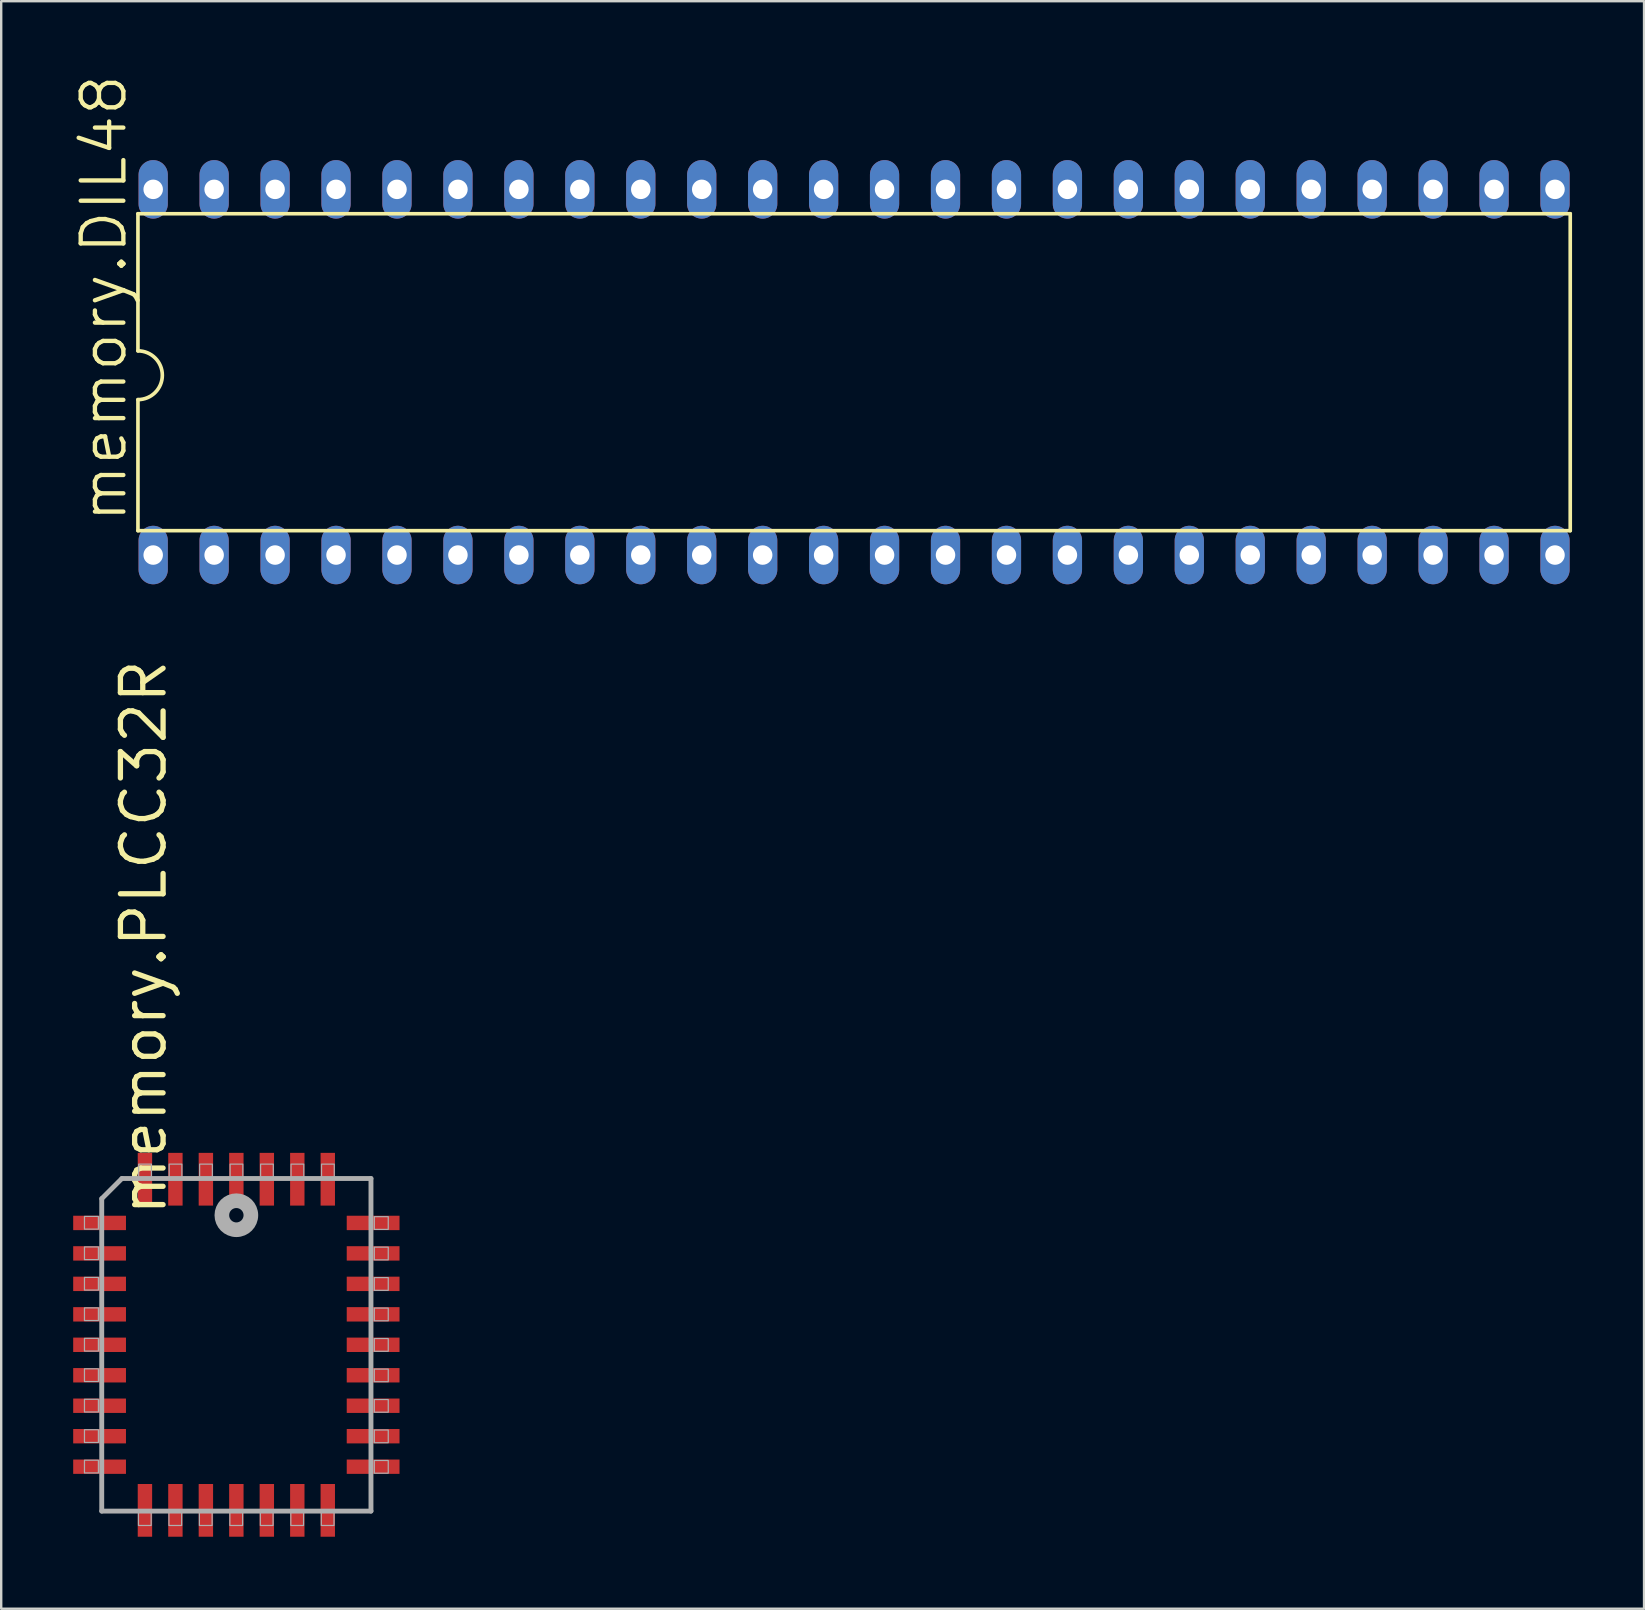
<source format=kicad_pcb>
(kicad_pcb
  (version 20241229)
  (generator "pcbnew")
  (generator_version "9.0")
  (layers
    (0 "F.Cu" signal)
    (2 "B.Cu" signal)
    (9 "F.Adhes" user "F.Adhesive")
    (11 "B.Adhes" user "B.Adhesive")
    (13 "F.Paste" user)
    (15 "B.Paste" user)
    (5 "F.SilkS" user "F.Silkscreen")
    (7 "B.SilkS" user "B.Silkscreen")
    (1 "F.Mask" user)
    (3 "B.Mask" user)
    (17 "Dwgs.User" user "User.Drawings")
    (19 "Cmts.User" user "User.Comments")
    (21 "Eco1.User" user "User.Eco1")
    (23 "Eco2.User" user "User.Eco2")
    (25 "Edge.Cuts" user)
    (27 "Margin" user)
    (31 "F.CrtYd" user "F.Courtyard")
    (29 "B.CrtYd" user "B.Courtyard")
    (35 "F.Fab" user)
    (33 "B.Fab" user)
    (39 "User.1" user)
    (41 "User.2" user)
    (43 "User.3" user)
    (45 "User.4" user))
  (footprint "memory.DIL48"
    (layer "F.Cu")
    (at 32.544 12.461)
    (property "Reference" "memory.DIL48" (at -30.226 6.35 90) (layer "F.SilkS") (effects (font (size 1.778 1.778) (thickness 0.18)) (justify left bottom)))
    (attr through_hole)
    (fp_line (start -29.845 -6.604) (end -29.845 -0.889) (stroke (width 0.152) (type default)) (layer "F.SilkS"))
    (fp_line (start -29.845 6.604) (end -29.845 1.143) (stroke (width 0.152) (type default)) (layer "F.SilkS"))
    (fp_line (start -29.845 6.604) (end 29.845 6.604) (stroke (width 0.152) (type default)) (layer "F.SilkS"))
    (fp_line (start 29.845 -6.604) (end -29.845 -6.604) (stroke (width 0.152) (type default)) (layer "F.SilkS"))
    (fp_line (start 29.845 6.604) (end 29.845 -6.604) (stroke (width 0.152) (type default)) (layer "F.SilkS"))
    (fp_arc (start -29.845 -0.889) (mid -28.829 0.127) (end -29.845 1.143) (stroke (width 0.1524) (type default)) (layer "F.SilkS"))
    (pad "1" thru_hole oval (at -29.21 7.62 90) (size 2.438 1.219) (drill 0.813) (layers "*.Cu" "*.Mask"))
    (pad "2" thru_hole oval (at -26.67 7.62 90) (size 2.438 1.219) (drill 0.813) (layers "*.Cu" "*.Mask"))
    (pad "3" thru_hole oval (at -24.13 7.62 90) (size 2.438 1.219) (drill 0.813) (layers "*.Cu" "*.Mask"))
    (pad "4" thru_hole oval (at -21.59 7.62 90) (size 2.438 1.219) (drill 0.813) (layers "*.Cu" "*.Mask"))
    (pad "5" thru_hole oval (at -19.05 7.62 90) (size 2.438 1.219) (drill 0.813) (layers "*.Cu" "*.Mask"))
    (pad "6" thru_hole oval (at -16.51 7.62 90) (size 2.438 1.219) (drill 0.813) (layers "*.Cu" "*.Mask"))
    (pad "7" thru_hole oval (at -13.97 7.62 90) (size 2.438 1.219) (drill 0.813) (layers "*.Cu" "*.Mask"))
    (pad "8" thru_hole oval (at -11.43 7.62 90) (size 2.438 1.219) (drill 0.813) (layers "*.Cu" "*.Mask"))
    (pad "9" thru_hole oval (at -8.89 7.62 90) (size 2.438 1.219) (drill 0.813) (layers "*.Cu" "*.Mask"))
    (pad "10" thru_hole oval (at -6.35 7.62 90) (size 2.438 1.219) (drill 0.813) (layers "*.Cu" "*.Mask"))
    (pad "11" thru_hole oval (at -3.81 7.62 90) (size 2.438 1.219) (drill 0.813) (layers "*.Cu" "*.Mask"))
    (pad "12" thru_hole oval (at -1.27 7.62 90) (size 2.438 1.219) (drill 0.813) (layers "*.Cu" "*.Mask"))
    (pad "13" thru_hole oval (at 1.27 7.62 90) (size 2.438 1.219) (drill 0.813) (layers "*.Cu" "*.Mask"))
    (pad "14" thru_hole oval (at 3.81 7.62 90) (size 2.438 1.219) (drill 0.813) (layers "*.Cu" "*.Mask"))
    (pad "15" thru_hole oval (at 6.35 7.62 90) (size 2.438 1.219) (drill 0.813) (layers "*.Cu" "*.Mask"))
    (pad "16" thru_hole oval (at 8.89 7.62 90) (size 2.438 1.219) (drill 0.813) (layers "*.Cu" "*.Mask"))
    (pad "17" thru_hole oval (at 11.43 7.62 90) (size 2.438 1.219) (drill 0.813) (layers "*.Cu" "*.Mask"))
    (pad "18" thru_hole oval (at 13.97 7.62 90) (size 2.438 1.219) (drill 0.813) (layers "*.Cu" "*.Mask"))
    (pad "19" thru_hole oval (at 16.51 7.62 90) (size 2.438 1.219) (drill 0.813) (layers "*.Cu" "*.Mask"))
    (pad "20" thru_hole oval (at 19.05 7.62 90) (size 2.438 1.219) (drill 0.813) (layers "*.Cu" "*.Mask"))
    (pad "21" thru_hole oval (at 21.59 7.62 90) (size 2.438 1.219) (drill 0.813) (layers "*.Cu" "*.Mask"))
    (pad "22" thru_hole oval (at 24.13 7.62 90) (size 2.438 1.219) (drill 0.813) (layers "*.Cu" "*.Mask"))
    (pad "23" thru_hole oval (at 26.67 7.62 90) (size 2.438 1.219) (drill 0.813) (layers "*.Cu" "*.Mask"))
    (pad "24" thru_hole oval (at 29.21 7.62 90) (size 2.438 1.219) (drill 0.813) (layers "*.Cu" "*.Mask"))
    (pad "25" thru_hole oval (at 29.21 -7.62 90) (size 2.438 1.219) (drill 0.813) (layers "*.Cu" "*.Mask"))
    (pad "26" thru_hole oval (at 26.67 -7.62 90) (size 2.438 1.219) (drill 0.813) (layers "*.Cu" "*.Mask"))
    (pad "27" thru_hole oval (at 24.13 -7.62 90) (size 2.438 1.219) (drill 0.813) (layers "*.Cu" "*.Mask"))
    (pad "28" thru_hole oval (at 21.59 -7.62 90) (size 2.438 1.219) (drill 0.813) (layers "*.Cu" "*.Mask"))
    (pad "29" thru_hole oval (at 19.05 -7.62 90) (size 2.438 1.219) (drill 0.813) (layers "*.Cu" "*.Mask"))
    (pad "30" thru_hole oval (at 16.51 -7.62 90) (size 2.438 1.219) (drill 0.813) (layers "*.Cu" "*.Mask"))
    (pad "31" thru_hole oval (at 13.97 -7.62 90) (size 2.438 1.219) (drill 0.813) (layers "*.Cu" "*.Mask"))
    (pad "32" thru_hole oval (at 11.43 -7.62 90) (size 2.438 1.219) (drill 0.813) (layers "*.Cu" "*.Mask"))
    (pad "33" thru_hole oval (at 8.89 -7.62 90) (size 2.438 1.219) (drill 0.813) (layers "*.Cu" "*.Mask"))
    (pad "34" thru_hole oval (at 6.35 -7.62 90) (size 2.438 1.219) (drill 0.813) (layers "*.Cu" "*.Mask"))
    (pad "35" thru_hole oval (at 3.81 -7.62 90) (size 2.438 1.219) (drill 0.813) (layers "*.Cu" "*.Mask"))
    (pad "36" thru_hole oval (at 1.27 -7.62 90) (size 2.438 1.219) (drill 0.813) (layers "*.Cu" "*.Mask"))
    (pad "37" thru_hole oval (at -1.27 -7.62 90) (size 2.438 1.219) (drill 0.813) (layers "*.Cu" "*.Mask"))
    (pad "38" thru_hole oval (at -3.81 -7.62 90) (size 2.438 1.219) (drill 0.813) (layers "*.Cu" "*.Mask"))
    (pad "39" thru_hole oval (at -6.35 -7.62 90) (size 2.438 1.219) (drill 0.813) (layers "*.Cu" "*.Mask"))
    (pad "40" thru_hole oval (at -8.89 -7.62 90) (size 2.438 1.219) (drill 0.813) (layers "*.Cu" "*.Mask"))
    (pad "41" thru_hole oval (at -11.43 -7.62 90) (size 2.438 1.219) (drill 0.813) (layers "*.Cu" "*.Mask"))
    (pad "42" thru_hole oval (at -13.97 -7.62 90) (size 2.438 1.219) (drill 0.813) (layers "*.Cu" "*.Mask"))
    (pad "43" thru_hole oval (at -16.51 -7.62 90) (size 2.438 1.219) (drill 0.813) (layers "*.Cu" "*.Mask"))
    (pad "44" thru_hole oval (at -19.05 -7.62 90) (size 2.438 1.219) (drill 0.813) (layers "*.Cu" "*.Mask"))
    (pad "45" thru_hole oval (at -21.59 -7.62 90) (size 2.438 1.219) (drill 0.813) (layers "*.Cu" "*.Mask"))
    (pad "46" thru_hole oval (at -24.13 -7.62 90) (size 2.438 1.219) (drill 0.813) (layers "*.Cu" "*.Mask"))
    (pad "47" thru_hole oval (at -26.67 -7.62 90) (size 2.438 1.219) (drill 0.813) (layers "*.Cu" "*.Mask"))
    (pad "48" thru_hole oval (at -29.21 -7.62 90) (size 2.438 1.219) (drill 0.813) (layers "*.Cu" "*.Mask")))
  (footprint "memory.PLCC32R"
    (layer "F.Cu")
    (at 6.8 52.994)
    (property "Reference" "memory.PLCC32R" (at -2.825 -5.275 270) (layer "F.SilkS") (effects (font (size 1.778 1.778) (thickness 0.22)) (justify left bottom)))
    (attr smd)
    (fp_line (start -5.61 -6.09) (end -5.61 6.93) (stroke (width 0.203) (type default)) (layer "F.Fab"))
    (fp_line (start -5.61 6.93) (end 5.61 6.93) (stroke (width 0.203) (type default)) (layer "F.Fab"))
    (fp_line (start -4.77 -6.93) (end -5.61 -6.09) (stroke (width 0.203) (type default)) (layer "F.Fab"))
    (fp_line (start 5.61 -6.93) (end -4.77 -6.93) (stroke (width 0.203) (type default)) (layer "F.Fab"))
    (fp_line (start 5.61 6.93) (end 5.61 -6.93) (stroke (width 0.203) (type default)) (layer "F.Fab"))
    (fp_rect (start -6.33 -4.82) (end -5.75 -5.35) (stroke (width 0.05) (type default)) (fill no) (layer "F.Fab"))
    (fp_rect (start -6.33 -3.55) (end -5.75 -4.08) (stroke (width 0.05) (type default)) (fill no) (layer "F.Fab"))
    (fp_rect (start -6.33 -2.28) (end -5.75 -2.81) (stroke (width 0.05) (type default)) (fill no) (layer "F.Fab"))
    (fp_rect (start -6.33 -1.01) (end -5.75 -1.54) (stroke (width 0.05) (type default)) (fill no) (layer "F.Fab"))
    (fp_rect (start -6.33 0.26) (end -5.75 -0.27) (stroke (width 0.05) (type default)) (fill no) (layer "F.Fab"))
    (fp_rect (start -6.33 1.53) (end -5.75 1) (stroke (width 0.05) (type default)) (fill no) (layer "F.Fab"))
    (fp_rect (start -6.33 2.8) (end -5.75 2.27) (stroke (width 0.05) (type default)) (fill no) (layer "F.Fab"))
    (fp_rect (start -6.33 4.07) (end -5.75 3.54) (stroke (width 0.05) (type default)) (fill no) (layer "F.Fab"))
    (fp_rect (start -6.33 5.34) (end -5.75 4.81) (stroke (width 0.05) (type default)) (fill no) (layer "F.Fab"))
    (fp_rect (start -4.08 7.53) (end -3.55 6.95) (stroke (width 0.05) (type default)) (fill no) (layer "F.Fab"))
    (fp_rect (start -4.07 -6.95) (end -3.54 -7.53) (stroke (width 0.05) (type default)) (fill no) (layer "F.Fab"))
    (fp_rect (start -2.81 7.53) (end -2.28 6.95) (stroke (width 0.05) (type default)) (fill no) (layer "F.Fab"))
    (fp_rect (start -2.8 -6.95) (end -2.27 -7.53) (stroke (width 0.05) (type default)) (fill no) (layer "F.Fab"))
    (fp_rect (start -1.54 7.53) (end -1.01 6.95) (stroke (width 0.05) (type default)) (fill no) (layer "F.Fab"))
    (fp_rect (start -1.53 -6.95) (end -1 -7.53) (stroke (width 0.05) (type default)) (fill no) (layer "F.Fab"))
    (fp_rect (start -0.27 7.53) (end 0.26 6.95) (stroke (width 0.05) (type default)) (fill no) (layer "F.Fab"))
    (fp_rect (start -0.26 -6.95) (end 0.27 -7.53) (stroke (width 0.05) (type default)) (fill no) (layer "F.Fab"))
    (fp_rect (start 1 7.53) (end 1.53 6.95) (stroke (width 0.05) (type default)) (fill no) (layer "F.Fab"))
    (fp_rect (start 1.01 -6.95) (end 1.54 -7.53) (stroke (width 0.05) (type default)) (fill no) (layer "F.Fab"))
    (fp_rect (start 2.27 7.53) (end 2.8 6.95) (stroke (width 0.05) (type default)) (fill no) (layer "F.Fab"))
    (fp_rect (start 2.28 -6.95) (end 2.81 -7.53) (stroke (width 0.05) (type default)) (fill no) (layer "F.Fab"))
    (fp_rect (start 3.54 7.53) (end 4.07 6.95) (stroke (width 0.05) (type default)) (fill no) (layer "F.Fab"))
    (fp_rect (start 3.55 -6.95) (end 4.08 -7.53) (stroke (width 0.05) (type default)) (fill no) (layer "F.Fab"))
    (fp_rect (start 5.75 -4.81) (end 6.33 -5.34) (stroke (width 0.05) (type default)) (fill no) (layer "F.Fab"))
    (fp_rect (start 5.75 -3.54) (end 6.33 -4.07) (stroke (width 0.05) (type default)) (fill no) (layer "F.Fab"))
    (fp_rect (start 5.75 -2.27) (end 6.33 -2.8) (stroke (width 0.05) (type default)) (fill no) (layer "F.Fab"))
    (fp_rect (start 5.75 -1) (end 6.33 -1.53) (stroke (width 0.05) (type default)) (fill no) (layer "F.Fab"))
    (fp_rect (start 5.75 0.27) (end 6.33 -0.26) (stroke (width 0.05) (type default)) (fill no) (layer "F.Fab"))
    (fp_rect (start 5.75 1.54) (end 6.33 1.01) (stroke (width 0.05) (type default)) (fill no) (layer "F.Fab"))
    (fp_rect (start 5.75 2.81) (end 6.33 2.28) (stroke (width 0.05) (type default)) (fill no) (layer "F.Fab"))
    (fp_rect (start 5.75 4.08) (end 6.33 3.55) (stroke (width 0.05) (type default)) (fill no) (layer "F.Fab"))
    (fp_rect (start 5.75 5.35) (end 6.33 4.82) (stroke (width 0.05) (type default)) (fill no) (layer "F.Fab"))
    (fp_circle (center 0 -5.4) (end 0.3 -5.4) (stroke (width 0.61) (type default)) (fill no) (layer "F.Fab"))
    (pad "1" smd roundrect (at 0 -6.9) (size 0.6 2.2) (layers "F.Cu" "F.Mask" "F.Paste") (roundrect_rratio 0.01))
    (pad "2" smd roundrect (at -1.27 -6.9) (size 0.6 2.2) (layers "F.Cu" "F.Mask" "F.Paste") (roundrect_rratio 0.01))
    (pad "3" smd roundrect (at -2.54 -6.9) (size 0.6 2.2) (layers "F.Cu" "F.Mask" "F.Paste") (roundrect_rratio 0.01))
    (pad "4" smd roundrect (at -3.81 -6.9) (size 0.6 2.2) (layers "F.Cu" "F.Mask" "F.Paste") (roundrect_rratio 0.01))
    (pad "5" smd roundrect (at -5.7 -5.08) (size 2.2 0.6) (layers "F.Cu" "F.Mask" "F.Paste") (roundrect_rratio 0.01))
    (pad "6" smd roundrect (at -5.7 -3.81) (size 2.2 0.6) (layers "F.Cu" "F.Mask" "F.Paste") (roundrect_rratio 0.01))
    (pad "7" smd roundrect (at -5.7 -2.54) (size 2.2 0.6) (layers "F.Cu" "F.Mask" "F.Paste") (roundrect_rratio 0.01))
    (pad "8" smd roundrect (at -5.7 -1.27) (size 2.2 0.6) (layers "F.Cu" "F.Mask" "F.Paste") (roundrect_rratio 0.01))
    (pad "9" smd roundrect (at -5.7 0) (size 2.2 0.6) (layers "F.Cu" "F.Mask" "F.Paste") (roundrect_rratio 0.01))
    (pad "10" smd roundrect (at -5.7 1.27) (size 2.2 0.6) (layers "F.Cu" "F.Mask" "F.Paste") (roundrect_rratio 0.01))
    (pad "11" smd roundrect (at -5.7 2.54) (size 2.2 0.6) (layers "F.Cu" "F.Mask" "F.Paste") (roundrect_rratio 0.01))
    (pad "12" smd roundrect (at -5.7 3.81) (size 2.2 0.6) (layers "F.Cu" "F.Mask" "F.Paste") (roundrect_rratio 0.01))
    (pad "13" smd roundrect (at -5.7 5.08) (size 2.2 0.6) (layers "F.Cu" "F.Mask" "F.Paste") (roundrect_rratio 0.01))
    (pad "14" smd roundrect (at -3.81 6.9) (size 0.6 2.2) (layers "F.Cu" "F.Mask" "F.Paste") (roundrect_rratio 0.01))
    (pad "15" smd roundrect (at -2.54 6.9) (size 0.6 2.2) (layers "F.Cu" "F.Mask" "F.Paste") (roundrect_rratio 0.01))
    (pad "16" smd roundrect (at -1.27 6.9) (size 0.6 2.2) (layers "F.Cu" "F.Mask" "F.Paste") (roundrect_rratio 0.01))
    (pad "17" smd roundrect (at 0 6.9) (size 0.6 2.2) (layers "F.Cu" "F.Mask" "F.Paste") (roundrect_rratio 0.01))
    (pad "18" smd roundrect (at 1.27 6.9) (size 0.6 2.2) (layers "F.Cu" "F.Mask" "F.Paste") (roundrect_rratio 0.01))
    (pad "19" smd roundrect (at 2.54 6.9) (size 0.6 2.2) (layers "F.Cu" "F.Mask" "F.Paste") (roundrect_rratio 0.01))
    (pad "20" smd roundrect (at 3.81 6.9) (size 0.6 2.2) (layers "F.Cu" "F.Mask" "F.Paste") (roundrect_rratio 0.01))
    (pad "21" smd roundrect (at 5.7 5.08) (size 2.2 0.6) (layers "F.Cu" "F.Mask" "F.Paste") (roundrect_rratio 0.01))
    (pad "22" smd roundrect (at 5.7 3.81) (size 2.2 0.6) (layers "F.Cu" "F.Mask" "F.Paste") (roundrect_rratio 0.01))
    (pad "23" smd roundrect (at 5.7 2.54) (size 2.2 0.6) (layers "F.Cu" "F.Mask" "F.Paste") (roundrect_rratio 0.01))
    (pad "24" smd roundrect (at 5.7 1.27) (size 2.2 0.6) (layers "F.Cu" "F.Mask" "F.Paste") (roundrect_rratio 0.01))
    (pad "25" smd roundrect (at 5.7 0) (size 2.2 0.6) (layers "F.Cu" "F.Mask" "F.Paste") (roundrect_rratio 0.01))
    (pad "26" smd roundrect (at 5.7 -1.27) (size 2.2 0.6) (layers "F.Cu" "F.Mask" "F.Paste") (roundrect_rratio 0.01))
    (pad "27" smd roundrect (at 5.7 -2.54) (size 2.2 0.6) (layers "F.Cu" "F.Mask" "F.Paste") (roundrect_rratio 0.01))
    (pad "28" smd roundrect (at 5.7 -3.81) (size 2.2 0.6) (layers "F.Cu" "F.Mask" "F.Paste") (roundrect_rratio 0.01))
    (pad "29" smd roundrect (at 5.7 -5.08) (size 2.2 0.6) (layers "F.Cu" "F.Mask" "F.Paste") (roundrect_rratio 0.01))
    (pad "30" smd roundrect (at 3.81 -6.9) (size 0.6 2.2) (layers "F.Cu" "F.Mask" "F.Paste") (roundrect_rratio 0.01))
    (pad "31" smd roundrect (at 2.54 -6.9) (size 0.6 2.2) (layers "F.Cu" "F.Mask" "F.Paste") (roundrect_rratio 0.01))
    (pad "32" smd roundrect (at 1.27 -6.9) (size 0.6 2.2) (layers "F.Cu" "F.Mask" "F.Paste") (roundrect_rratio 0.01)))
  (gr_rect
    (start -3 -3)
    (end 65.465 63.994)
    (stroke (width 0.1) (type default))
    (fill no)
    (layer "Edge.Cuts")))
</source>
